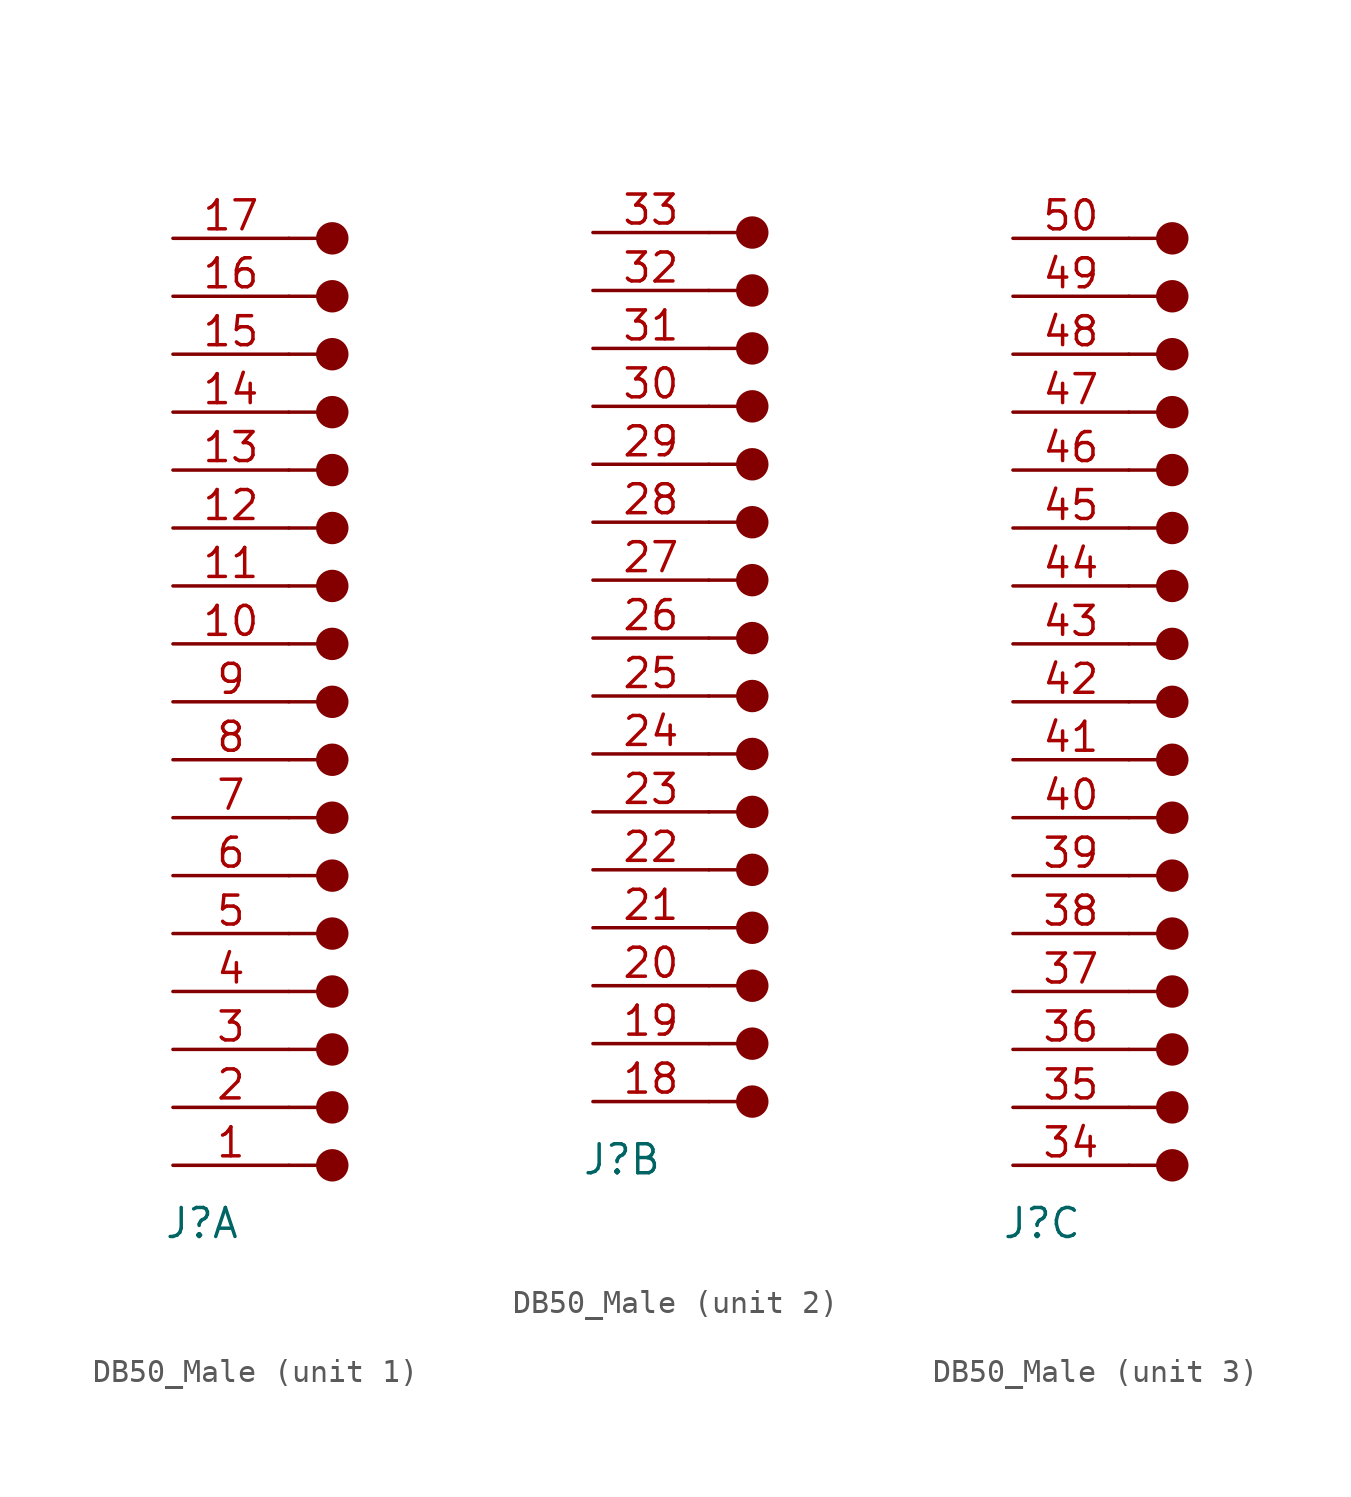
<source format=kicad_sym>
(kicad_symbol_lib
  (version 20220914)
  (generator kicad_symbol_editor)
  (symbol "DB50_Male"
    (pin_names
      (offset 1.016) hide)
    (property "Reference" "J"
      (at -3.81 -2.54 0)
      (effects (font (size 1.27 1.27))))
    (property "ki_locked" ""
      (at 0 0 0)
      (effects (font (size 1.27 1.27))))
    (symbol "DB50_Male_1_1"
      (polyline (pts (xy 0 0) (xy 1.27 0)) (stroke (width 0) (type solid)) (fill (type none)))
      (polyline (pts (xy 0 2.54) (xy 1.27 2.54)) (stroke (width 0) (type solid)) (fill (type none)))
      (polyline (pts (xy 0 5.08) (xy 1.27 5.08)) (stroke (width 0) (type solid)) (fill (type none)))
      (polyline (pts (xy 0 7.62) (xy 1.27 7.62)) (stroke (width 0) (type solid)) (fill (type none)))
      (polyline (pts (xy 0 10.16) (xy 1.27 10.16)) (stroke (width 0) (type solid)) (fill (type none)))
      (polyline (pts (xy 0 12.7) (xy 1.27 12.7)) (stroke (width 0) (type solid)) (fill (type none)))
      (polyline (pts (xy 0 15.24) (xy 1.27 15.24)) (stroke (width 0) (type solid)) (fill (type none)))
      (polyline (pts (xy 0 17.78) (xy 1.27 17.78)) (stroke (width 0) (type solid)) (fill (type none)))
      (polyline (pts (xy 0 20.32) (xy 1.27 20.32)) (stroke (width 0) (type solid)) (fill (type none)))
      (polyline (pts (xy 0 22.86) (xy 1.27 22.86)) (stroke (width 0) (type solid)) (fill (type none)))
      (polyline (pts (xy 0 25.4) (xy 1.27 25.4)) (stroke (width 0) (type solid)) (fill (type none)))
      (polyline (pts (xy 0 27.94) (xy 1.27 27.94)) (stroke (width 0) (type solid)) (fill (type none)))
      (polyline (pts (xy 0 30.48) (xy 1.27 30.48)) (stroke (width 0) (type solid)) (fill (type none)))
      (polyline (pts (xy 0 33.02) (xy 1.27 33.02)) (stroke (width 0) (type solid)) (fill (type none)))
      (polyline (pts (xy 0 35.56) (xy 1.27 35.56)) (stroke (width 0) (type solid)) (fill (type none)))
      (polyline (pts (xy 0 38.1) (xy 1.27 38.1)) (stroke (width 0) (type solid)) (fill (type none)))
      (polyline (pts (xy 0 40.64) (xy 1.27 40.64)) (stroke (width 0) (type solid)) (fill (type none)))
      (circle (center 1.905 0) (radius 0.635) (stroke (width 0) (type solid)) (fill (type outline)))
      (circle (center 1.905 2.54) (radius 0.635) (stroke (width 0) (type solid)) (fill (type outline)))
      (circle (center 1.905 5.08) (radius 0.635) (stroke (width 0) (type solid)) (fill (type outline)))
      (circle (center 1.905 7.62) (radius 0.635) (stroke (width 0) (type solid)) (fill (type outline)))
      (circle (center 1.905 10.16) (radius 0.635) (stroke (width 0) (type solid)) (fill (type outline)))
      (circle (center 1.905 12.7) (radius 0.635) (stroke (width 0) (type solid)) (fill (type outline)))
      (circle (center 1.905 15.24) (radius 0.635) (stroke (width 0) (type solid)) (fill (type outline)))
      (circle (center 1.905 17.78) (radius 0.635) (stroke (width 0) (type solid)) (fill (type outline)))
      (circle (center 1.905 20.32) (radius 0.635) (stroke (width 0) (type solid)) (fill (type outline)))
      (circle (center 1.905 22.86) (radius 0.635) (stroke (width 0) (type solid)) (fill (type outline)))
      (circle (center 1.905 25.4) (radius 0.635) (stroke (width 0) (type solid)) (fill (type outline)))
      (circle (center 1.905 27.94) (radius 0.635) (stroke (width 0) (type solid)) (fill (type outline)))
      (circle (center 1.905 30.48) (radius 0.635) (stroke (width 0) (type solid)) (fill (type outline)))
      (circle (center 1.905 33.02) (radius 0.635) (stroke (width 0) (type solid)) (fill (type outline)))
      (circle (center 1.905 35.56) (radius 0.635) (stroke (width 0) (type solid)) (fill (type outline)))
      (circle (center 1.905 38.1) (radius 0.635) (stroke (width 0) (type solid)) (fill (type outline)))
      (circle (center 1.905 40.64) (radius 0.635) (stroke (width 0) (type solid)) (fill (type outline)))
      (pin passive line (at -5.08 0 0) (length 5.08) (name "1" (effects (font (size 1.27 1.27)))) (number "1" (effects (font (size 1.27 1.27)))))
      (pin passive line (at -5.08 22.86 0) (length 5.08) (name "10" (effects (font (size 1.27 1.27)))) (number "10" (effects (font (size 1.27 1.27)))))
      (pin passive line (at -5.08 25.4 0) (length 5.08) (name "11" (effects (font (size 1.27 1.27)))) (number "11" (effects (font (size 1.27 1.27)))))
      (pin passive line (at -5.08 27.94 0) (length 5.08) (name "12" (effects (font (size 1.27 1.27)))) (number "12" (effects (font (size 1.27 1.27)))))
      (pin passive line (at -5.08 30.48 0) (length 5.08) (name "13" (effects (font (size 1.27 1.27)))) (number "13" (effects (font (size 1.27 1.27)))))
      (pin passive line (at -5.08 33.02 0) (length 5.08) (name "14" (effects (font (size 1.27 1.27)))) (number "14" (effects (font (size 1.27 1.27)))))
      (pin passive line (at -5.08 35.56 0) (length 5.08) (name "15" (effects (font (size 1.27 1.27)))) (number "15" (effects (font (size 1.27 1.27)))))
      (pin passive line (at -5.08 38.1 0) (length 5.08) (name "16" (effects (font (size 1.27 1.27)))) (number "16" (effects (font (size 1.27 1.27)))))
      (pin passive line (at -5.08 40.64 0) (length 5.08) (name "17" (effects (font (size 1.27 1.27)))) (number "17" (effects (font (size 1.27 1.27)))))
      (pin passive line (at -5.08 2.54 0) (length 5.08) (name "2" (effects (font (size 1.27 1.27)))) (number "2" (effects (font (size 1.27 1.27)))))
      (pin passive line (at -5.08 5.08 0) (length 5.08) (name "3" (effects (font (size 1.27 1.27)))) (number "3" (effects (font (size 1.27 1.27)))))
      (pin passive line (at -5.08 7.62 0) (length 5.08) (name "4" (effects (font (size 1.27 1.27)))) (number "4" (effects (font (size 1.27 1.27)))))
      (pin passive line (at -5.08 10.16 0) (length 5.08) (name "5" (effects (font (size 1.27 1.27)))) (number "5" (effects (font (size 1.27 1.27)))))
      (pin passive line (at -5.08 12.7 0) (length 5.08) (name "6" (effects (font (size 1.27 1.27)))) (number "6" (effects (font (size 1.27 1.27)))))
      (pin passive line (at -5.08 15.24 0) (length 5.08) (name "7" (effects (font (size 1.27 1.27)))) (number "7" (effects (font (size 1.27 1.27)))))
      (pin passive line (at -5.08 17.78 0) (length 5.08) (name "8" (effects (font (size 1.27 1.27)))) (number "8" (effects (font (size 1.27 1.27)))))
      (pin passive line (at -5.08 20.32 0) (length 5.08) (name "9" (effects (font (size 1.27 1.27)))) (number "9" (effects (font (size 1.27 1.27))))))
    (symbol "DB50_Male_2_1"
      (polyline (pts (xy 0 0) (xy 1.27 0)) (stroke (width 0) (type solid)) (fill (type none)))
      (polyline (pts (xy 0 2.54) (xy 1.27 2.54)) (stroke (width 0) (type solid)) (fill (type none)))
      (polyline (pts (xy 0 5.08) (xy 1.27 5.08)) (stroke (width 0) (type solid)) (fill (type none)))
      (polyline (pts (xy 0 7.62) (xy 1.27 7.62)) (stroke (width 0) (type solid)) (fill (type none)))
      (polyline (pts (xy 0 10.16) (xy 1.27 10.16)) (stroke (width 0) (type solid)) (fill (type none)))
      (polyline (pts (xy 0 12.7) (xy 1.27 12.7)) (stroke (width 0) (type solid)) (fill (type none)))
      (polyline (pts (xy 0 15.24) (xy 1.27 15.24)) (stroke (width 0) (type solid)) (fill (type none)))
      (polyline (pts (xy 0 17.78) (xy 1.27 17.78)) (stroke (width 0) (type solid)) (fill (type none)))
      (polyline (pts (xy 0 20.32) (xy 1.27 20.32)) (stroke (width 0) (type solid)) (fill (type none)))
      (polyline (pts (xy 0 22.86) (xy 1.27 22.86)) (stroke (width 0) (type solid)) (fill (type none)))
      (polyline (pts (xy 0 25.4) (xy 1.27 25.4)) (stroke (width 0) (type solid)) (fill (type none)))
      (polyline (pts (xy 0 27.94) (xy 1.27 27.94)) (stroke (width 0) (type solid)) (fill (type none)))
      (polyline (pts (xy 0 30.48) (xy 1.27 30.48)) (stroke (width 0) (type solid)) (fill (type none)))
      (polyline (pts (xy 0 33.02) (xy 1.27 33.02)) (stroke (width 0) (type solid)) (fill (type none)))
      (polyline (pts (xy 0 35.56) (xy 1.27 35.56)) (stroke (width 0) (type solid)) (fill (type none)))
      (polyline (pts (xy 0 38.1) (xy 1.27 38.1)) (stroke (width 0) (type solid)) (fill (type none)))
      (circle (center 1.905 0) (radius 0.635) (stroke (width 0) (type solid)) (fill (type outline)))
      (circle (center 1.905 2.54) (radius 0.635) (stroke (width 0) (type solid)) (fill (type outline)))
      (circle (center 1.905 5.08) (radius 0.635) (stroke (width 0) (type solid)) (fill (type outline)))
      (circle (center 1.905 7.62) (radius 0.635) (stroke (width 0) (type solid)) (fill (type outline)))
      (circle (center 1.905 10.16) (radius 0.635) (stroke (width 0) (type solid)) (fill (type outline)))
      (circle (center 1.905 12.7) (radius 0.635) (stroke (width 0) (type solid)) (fill (type outline)))
      (circle (center 1.905 15.24) (radius 0.635) (stroke (width 0) (type solid)) (fill (type outline)))
      (circle (center 1.905 17.78) (radius 0.635) (stroke (width 0) (type solid)) (fill (type outline)))
      (circle (center 1.905 20.32) (radius 0.635) (stroke (width 0) (type solid)) (fill (type outline)))
      (circle (center 1.905 22.86) (radius 0.635) (stroke (width 0) (type solid)) (fill (type outline)))
      (circle (center 1.905 25.4) (radius 0.635) (stroke (width 0) (type solid)) (fill (type outline)))
      (circle (center 1.905 27.94) (radius 0.635) (stroke (width 0) (type solid)) (fill (type outline)))
      (circle (center 1.905 30.48) (radius 0.635) (stroke (width 0) (type solid)) (fill (type outline)))
      (circle (center 1.905 33.02) (radius 0.635) (stroke (width 0) (type solid)) (fill (type outline)))
      (circle (center 1.905 35.56) (radius 0.635) (stroke (width 0) (type solid)) (fill (type outline)))
      (circle (center 1.905 38.1) (radius 0.635) (stroke (width 0) (type solid)) (fill (type outline)))
      (pin passive line (at -5.08 0 0) (length 5.08) (name "18" (effects (font (size 1.27 1.27)))) (number "18" (effects (font (size 1.27 1.27)))))
      (pin passive line (at -5.08 2.54 0) (length 5.08) (name "19" (effects (font (size 1.27 1.27)))) (number "19" (effects (font (size 1.27 1.27)))))
      (pin passive line (at -5.08 5.08 0) (length 5.08) (name "20" (effects (font (size 1.27 1.27)))) (number "20" (effects (font (size 1.27 1.27)))))
      (pin passive line (at -5.08 7.62 0) (length 5.08) (name "21" (effects (font (size 1.27 1.27)))) (number "21" (effects (font (size 1.27 1.27)))))
      (pin passive line (at -5.08 10.16 0) (length 5.08) (name "22" (effects (font (size 1.27 1.27)))) (number "22" (effects (font (size 1.27 1.27)))))
      (pin passive line (at -5.08 12.7 0) (length 5.08) (name "23" (effects (font (size 1.27 1.27)))) (number "23" (effects (font (size 1.27 1.27)))))
      (pin passive line (at -5.08 15.24 0) (length 5.08) (name "24" (effects (font (size 1.27 1.27)))) (number "24" (effects (font (size 1.27 1.27)))))
      (pin passive line (at -5.08 17.78 0) (length 5.08) (name "25" (effects (font (size 1.27 1.27)))) (number "25" (effects (font (size 1.27 1.27)))))
      (pin passive line (at -5.08 20.32 0) (length 5.08) (name "26" (effects (font (size 1.27 1.27)))) (number "26" (effects (font (size 1.27 1.27)))))
      (pin passive line (at -5.08 22.86 0) (length 5.08) (name "27" (effects (font (size 1.27 1.27)))) (number "27" (effects (font (size 1.27 1.27)))))
      (pin passive line (at -5.08 25.4 0) (length 5.08) (name "28" (effects (font (size 1.27 1.27)))) (number "28" (effects (font (size 1.27 1.27)))))
      (pin passive line (at -5.08 27.94 0) (length 5.08) (name "29" (effects (font (size 1.27 1.27)))) (number "29" (effects (font (size 1.27 1.27)))))
      (pin passive line (at -5.08 30.48 0) (length 5.08) (name "30" (effects (font (size 1.27 1.27)))) (number "30" (effects (font (size 1.27 1.27)))))
      (pin passive line (at -5.08 33.02 0) (length 5.08) (name "31" (effects (font (size 1.27 1.27)))) (number "31" (effects (font (size 1.27 1.27)))))
      (pin passive line (at -5.08 35.56 0) (length 5.08) (name "32" (effects (font (size 1.27 1.27)))) (number "32" (effects (font (size 1.27 1.27)))))
      (pin passive line (at -5.08 38.1 0) (length 5.08) (name "33" (effects (font (size 1.27 1.27)))) (number "33" (effects (font (size 1.27 1.27))))))
    (symbol "DB50_Male_3_1"
      (polyline (pts (xy 0 0) (xy 1.27 0)) (stroke (width 0) (type solid)) (fill (type none)))
      (polyline (pts (xy 0 2.54) (xy 1.27 2.54)) (stroke (width 0) (type solid)) (fill (type none)))
      (polyline (pts (xy 0 5.08) (xy 1.27 5.08)) (stroke (width 0) (type solid)) (fill (type none)))
      (polyline (pts (xy 0 7.62) (xy 1.27 7.62)) (stroke (width 0) (type solid)) (fill (type none)))
      (polyline (pts (xy 0 10.16) (xy 1.27 10.16)) (stroke (width 0) (type solid)) (fill (type none)))
      (polyline (pts (xy 0 12.7) (xy 1.27 12.7)) (stroke (width 0) (type solid)) (fill (type none)))
      (polyline (pts (xy 0 15.24) (xy 1.27 15.24)) (stroke (width 0) (type solid)) (fill (type none)))
      (polyline (pts (xy 0 17.78) (xy 1.27 17.78)) (stroke (width 0) (type solid)) (fill (type none)))
      (polyline (pts (xy 0 20.32) (xy 1.27 20.32)) (stroke (width 0) (type solid)) (fill (type none)))
      (polyline (pts (xy 0 22.86) (xy 1.27 22.86)) (stroke (width 0) (type solid)) (fill (type none)))
      (polyline (pts (xy 0 25.4) (xy 1.27 25.4)) (stroke (width 0) (type solid)) (fill (type none)))
      (polyline (pts (xy 0 27.94) (xy 1.27 27.94)) (stroke (width 0) (type solid)) (fill (type none)))
      (polyline (pts (xy 0 30.48) (xy 1.27 30.48)) (stroke (width 0) (type solid)) (fill (type none)))
      (polyline (pts (xy 0 33.02) (xy 1.27 33.02)) (stroke (width 0) (type solid)) (fill (type none)))
      (polyline (pts (xy 0 35.56) (xy 1.27 35.56)) (stroke (width 0) (type solid)) (fill (type none)))
      (polyline (pts (xy 0 38.1) (xy 1.27 38.1)) (stroke (width 0) (type solid)) (fill (type none)))
      (polyline (pts (xy 0 40.64) (xy 1.27 40.64)) (stroke (width 0) (type solid)) (fill (type none)))
      (circle (center 1.905 0) (radius 0.635) (stroke (width 0) (type solid)) (fill (type outline)))
      (circle (center 1.905 2.54) (radius 0.635) (stroke (width 0) (type solid)) (fill (type outline)))
      (circle (center 1.905 5.08) (radius 0.635) (stroke (width 0) (type solid)) (fill (type outline)))
      (circle (center 1.905 7.62) (radius 0.635) (stroke (width 0) (type solid)) (fill (type outline)))
      (circle (center 1.905 10.16) (radius 0.635) (stroke (width 0) (type solid)) (fill (type outline)))
      (circle (center 1.905 12.7) (radius 0.635) (stroke (width 0) (type solid)) (fill (type outline)))
      (circle (center 1.905 15.24) (radius 0.635) (stroke (width 0) (type solid)) (fill (type outline)))
      (circle (center 1.905 17.78) (radius 0.635) (stroke (width 0) (type solid)) (fill (type outline)))
      (circle (center 1.905 20.32) (radius 0.635) (stroke (width 0) (type solid)) (fill (type outline)))
      (circle (center 1.905 22.86) (radius 0.635) (stroke (width 0) (type solid)) (fill (type outline)))
      (circle (center 1.905 25.4) (radius 0.635) (stroke (width 0) (type solid)) (fill (type outline)))
      (circle (center 1.905 27.94) (radius 0.635) (stroke (width 0) (type solid)) (fill (type outline)))
      (circle (center 1.905 30.48) (radius 0.635) (stroke (width 0) (type solid)) (fill (type outline)))
      (circle (center 1.905 33.02) (radius 0.635) (stroke (width 0) (type solid)) (fill (type outline)))
      (circle (center 1.905 35.56) (radius 0.635) (stroke (width 0) (type solid)) (fill (type outline)))
      (circle (center 1.905 38.1) (radius 0.635) (stroke (width 0) (type solid)) (fill (type outline)))
      (circle (center 1.905 40.64) (radius 0.635) (stroke (width 0) (type solid)) (fill (type outline)))
      (pin passive line (at -5.08 0 0) (length 5.08) (name "34" (effects (font (size 1.27 1.27)))) (number "34" (effects (font (size 1.27 1.27)))))
      (pin passive line (at -5.08 2.54 0) (length 5.08) (name "35" (effects (font (size 1.27 1.27)))) (number "35" (effects (font (size 1.27 1.27)))))
      (pin passive line (at -5.08 5.08 0) (length 5.08) (name "36" (effects (font (size 1.27 1.27)))) (number "36" (effects (font (size 1.27 1.27)))))
      (pin passive line (at -5.08 7.62 0) (length 5.08) (name "37" (effects (font (size 1.27 1.27)))) (number "37" (effects (font (size 1.27 1.27)))))
      (pin passive line (at -5.08 10.16 0) (length 5.08) (name "38" (effects (font (size 1.27 1.27)))) (number "38" (effects (font (size 1.27 1.27)))))
      (pin passive line (at -5.08 12.7 0) (length 5.08) (name "39" (effects (font (size 1.27 1.27)))) (number "39" (effects (font (size 1.27 1.27)))))
      (pin passive line (at -5.08 15.24 0) (length 5.08) (name "40" (effects (font (size 1.27 1.27)))) (number "40" (effects (font (size 1.27 1.27)))))
      (pin passive line (at -5.08 17.78 0) (length 5.08) (name "41" (effects (font (size 1.27 1.27)))) (number "41" (effects (font (size 1.27 1.27)))))
      (pin passive line (at -5.08 20.32 0) (length 5.08) (name "42" (effects (font (size 1.27 1.27)))) (number "42" (effects (font (size 1.27 1.27)))))
      (pin passive line (at -5.08 22.86 0) (length 5.08) (name "43" (effects (font (size 1.27 1.27)))) (number "43" (effects (font (size 1.27 1.27)))))
      (pin passive line (at -5.08 25.4 0) (length 5.08) (name "44" (effects (font (size 1.27 1.27)))) (number "44" (effects (font (size 1.27 1.27)))))
      (pin passive line (at -5.08 27.94 0) (length 5.08) (name "45" (effects (font (size 1.27 1.27)))) (number "45" (effects (font (size 1.27 1.27)))))
      (pin passive line (at -5.08 30.48 0) (length 5.08) (name "46" (effects (font (size 1.27 1.27)))) (number "46" (effects (font (size 1.27 1.27)))))
      (pin passive line (at -5.08 33.02 0) (length 5.08) (name "47" (effects (font (size 1.27 1.27)))) (number "47" (effects (font (size 1.27 1.27)))))
      (pin passive line (at -5.08 35.56 0) (length 5.08) (name "48" (effects (font (size 1.27 1.27)))) (number "48" (effects (font (size 1.27 1.27)))))
      (pin passive line (at -5.08 38.1 0) (length 5.08) (name "49" (effects (font (size 1.27 1.27)))) (number "49" (effects (font (size 1.27 1.27)))))
      (pin passive line (at -5.08 40.64 0) (length 5.08) (name "50" (effects (font (size 1.27 1.27)))) (number "50" (effects (font (size 1.27 1.27))))))))
</source>
